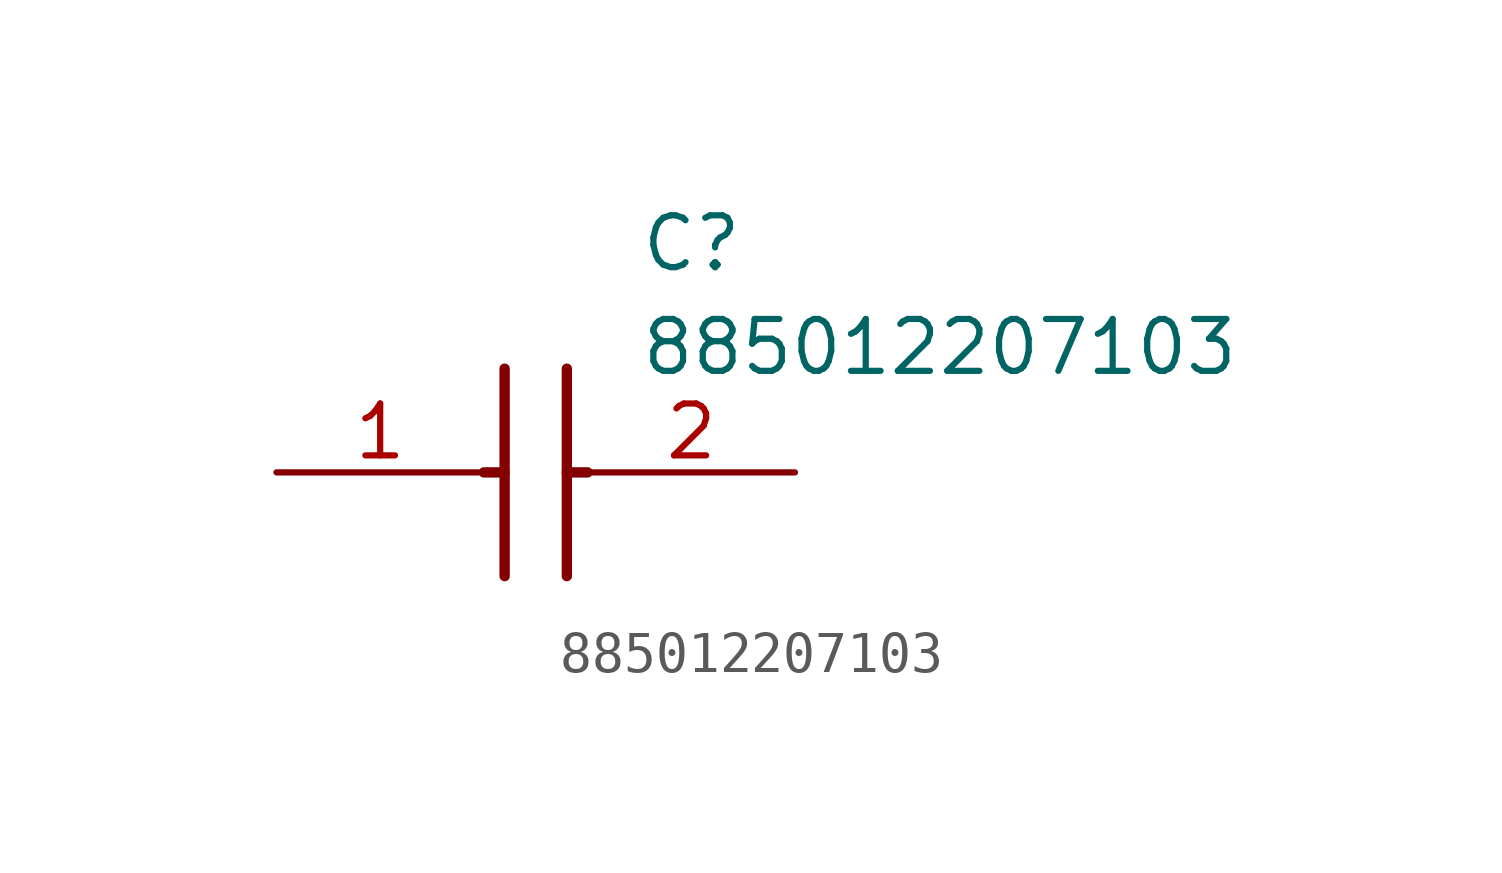
<source format=kicad_sym>
(kicad_symbol_lib
  (version 20211014)
  (generator SamacSys_ECAD_Model)
  (symbol "885012207103"
    (pin_names hide)
    (property "Reference" "C"
      (at 8.89 6.35 0)
      (effects (font (size 1.27 1.27)) (justify left top)))
    (property "Value" "885012207103"
      (at 8.89 3.81 0)
      (effects (font (size 1.27 1.27)) (justify left top)))
    (polyline
      (pts (xy 5.588 2.54) (xy 5.588 -2.54))
      (stroke (width 0.254) (type default))
      (fill (type none)))
    (polyline
      (pts (xy 7.112 2.54) (xy 7.112 -2.54))
      (stroke (width 0.254) (type default))
      (fill (type none)))
    (polyline
      (pts (xy 5.08 0) (xy 5.588 0))
      (stroke (width 0.254) (type default))
      (fill (type none)))
    (polyline
      (pts (xy 7.112 0) (xy 7.62 0))
      (stroke (width 0.254) (type default))
      (fill (type none)))
    (pin passive line
      (at 0 0 0)
      (length 5.08)
      (name "1" (effects (font (size 1.27 1.27))))
      (number "1" (effects (font (size 1.27 1.27)))))
    (pin passive line
      (at 12.7 0 180)
      (length 5.08)
      (name "2" (effects (font (size 1.27 1.27))))
      (number "2" (effects (font (size 1.27 1.27)))))))
</source>
